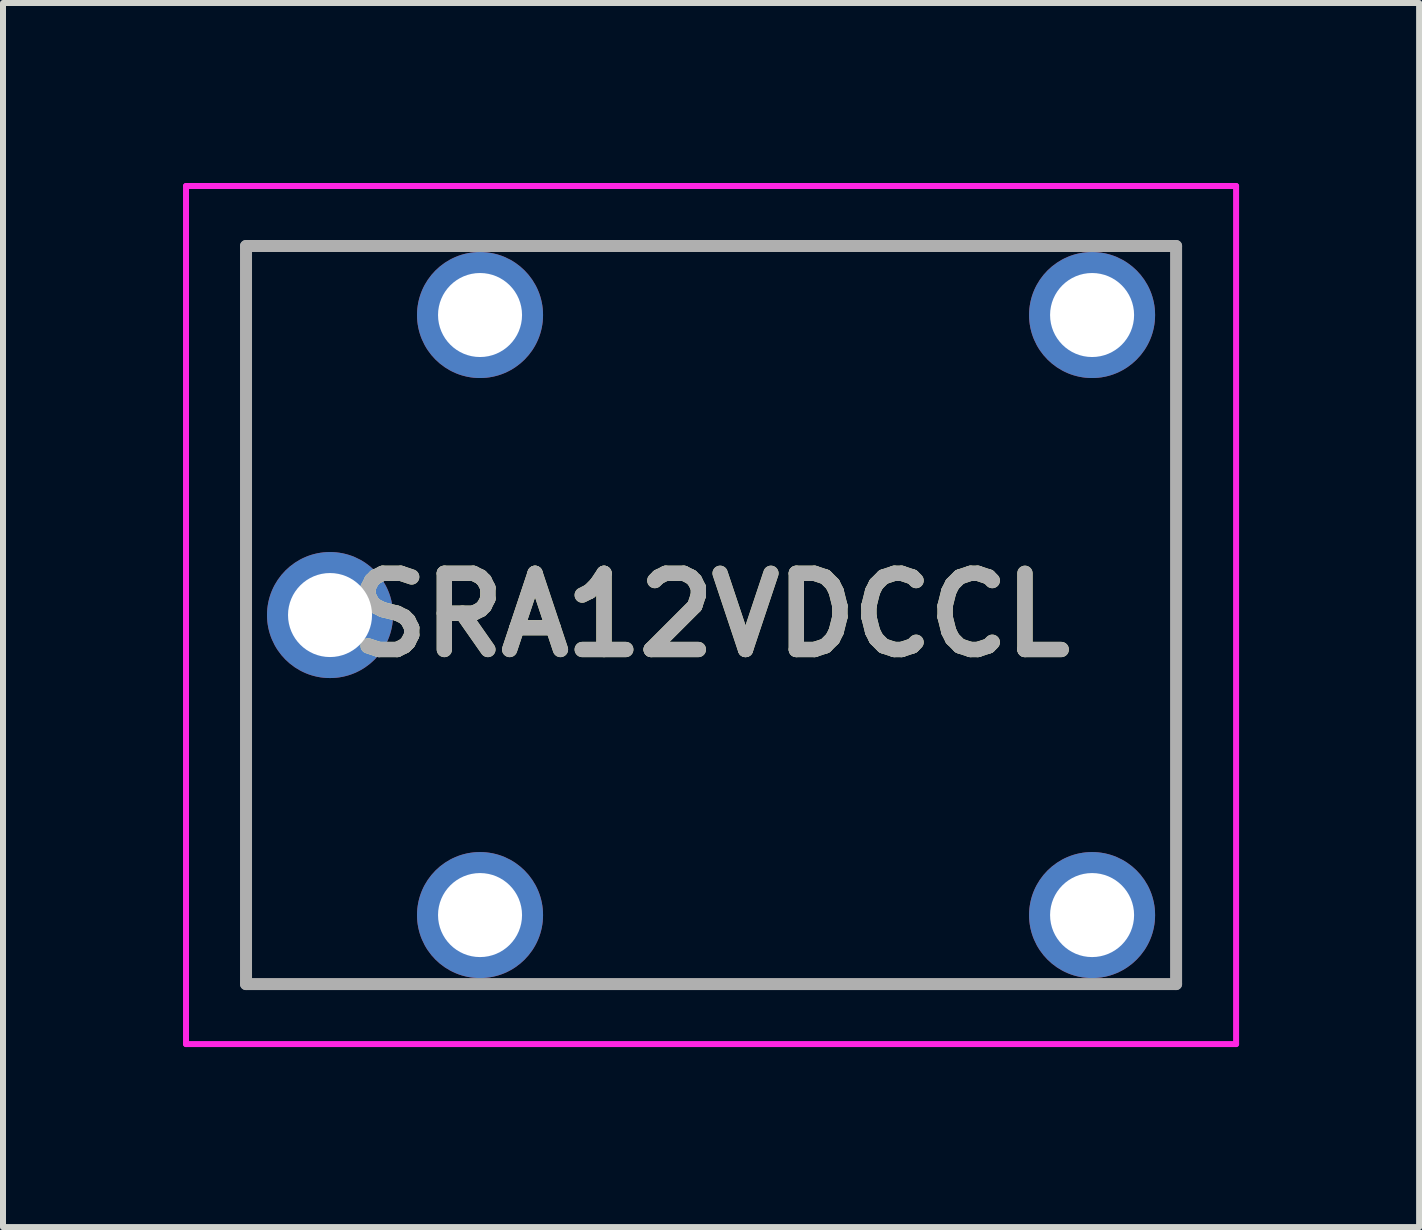
<source format=kicad_pcb>
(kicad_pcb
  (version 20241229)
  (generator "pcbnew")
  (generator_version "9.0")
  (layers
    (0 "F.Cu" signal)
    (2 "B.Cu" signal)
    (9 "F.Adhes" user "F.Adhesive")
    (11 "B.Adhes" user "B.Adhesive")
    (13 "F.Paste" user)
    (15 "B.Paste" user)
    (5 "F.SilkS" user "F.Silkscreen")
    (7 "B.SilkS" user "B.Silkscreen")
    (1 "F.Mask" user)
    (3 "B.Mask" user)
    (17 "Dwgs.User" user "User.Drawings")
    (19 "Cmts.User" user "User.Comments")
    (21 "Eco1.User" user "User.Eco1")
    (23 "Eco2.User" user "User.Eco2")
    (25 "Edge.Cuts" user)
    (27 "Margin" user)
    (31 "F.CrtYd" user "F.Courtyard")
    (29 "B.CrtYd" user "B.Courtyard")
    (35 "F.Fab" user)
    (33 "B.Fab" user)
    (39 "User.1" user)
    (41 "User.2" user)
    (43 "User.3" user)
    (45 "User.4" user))
  (footprint "SRA12VDCCL"
    (layer "F.Cu")
    (at 8.8 7.2)
    (property "Reference" "SRA12VDCCL" (at 0 0 0) (layer "F.SilkS") (effects (font (size 1.27 1.27) (thickness 0.254))))
    (attr through_hole)
    (fp_line (start -7.75 -6.15) (end -7.75 6.15) (stroke (width 0.1) (type solid)) (layer "F.SilkS"))
    (fp_line (start -7.75 6.15) (end -5 6.15) (stroke (width 0.1) (type solid)) (layer "F.SilkS"))
    (fp_line (start -5 -6.15) (end -7.75 -6.15) (stroke (width 0.1) (type solid)) (layer "F.SilkS"))
    (fp_line (start -3 -6.15) (end 5.5 -6.15) (stroke (width 0.1) (type solid)) (layer "F.SilkS"))
    (fp_line (start -3 6.15) (end 5.5 6.15) (stroke (width 0.1) (type solid)) (layer "F.SilkS"))
    (fp_line (start 7.75 6.15) (end 7.75 -6.15) (stroke (width 0.1) (type solid)) (layer "F.SilkS"))
    (fp_line (start -8.75 -7.15) (end 8.75 -7.15) (stroke (width 0.1) (type solid)) (layer "F.CrtYd"))
    (fp_line (start -8.75 7.15) (end -8.75 -7.15) (stroke (width 0.1) (type solid)) (layer "F.CrtYd"))
    (fp_line (start 8.75 -7.15) (end 8.75 7.15) (stroke (width 0.1) (type solid)) (layer "F.CrtYd"))
    (fp_line (start 8.75 7.15) (end -8.75 7.15) (stroke (width 0.1) (type solid)) (layer "F.CrtYd"))
    (fp_line (start -7.75 -6.15) (end 7.75 -6.15) (stroke (width 0.2) (type solid)) (layer "F.Fab"))
    (fp_line (start -7.75 6.15) (end -7.75 -6.15) (stroke (width 0.2) (type solid)) (layer "F.Fab"))
    (fp_line (start 7.75 -6.15) (end 7.75 6.15) (stroke (width 0.2) (type solid)) (layer "F.Fab"))
    (fp_line (start 7.75 6.15) (end -7.75 6.15) (stroke (width 0.2) (type solid)) (layer "F.Fab"))
    (fp_text user "${REFERENCE}" (at 0 0 0) (layer "F.Fab") (effects (font (size 1.27 1.27) (thickness 0.254))))
    (pad "1" thru_hole circle (at -6.35 0) (size 2.1 2.1) (drill 1.4) (layers "*.Cu" "*.Mask"))
    (pad "2" thru_hole circle (at -3.85 -5) (size 2.1 2.1) (drill 1.4) (layers "*.Cu" "*.Mask"))
    (pad "3" thru_hole circle (at 6.35 -5) (size 2.1 2.1) (drill 1.4) (layers "*.Cu" "*.Mask"))
    (pad "4" thru_hole circle (at 6.35 5) (size 2.1 2.1) (drill 1.4) (layers "*.Cu" "*.Mask"))
    (pad "5" thru_hole circle (at -3.85 5) (size 2.1 2.1) (drill 1.4) (layers "*.Cu" "*.Mask")))
  (gr_rect
    (start -3 -3)
    (end 20.6 17.4)
    (stroke (width 0.1) (type default))
    (fill no)
    (layer "Edge.Cuts")))
</source>
